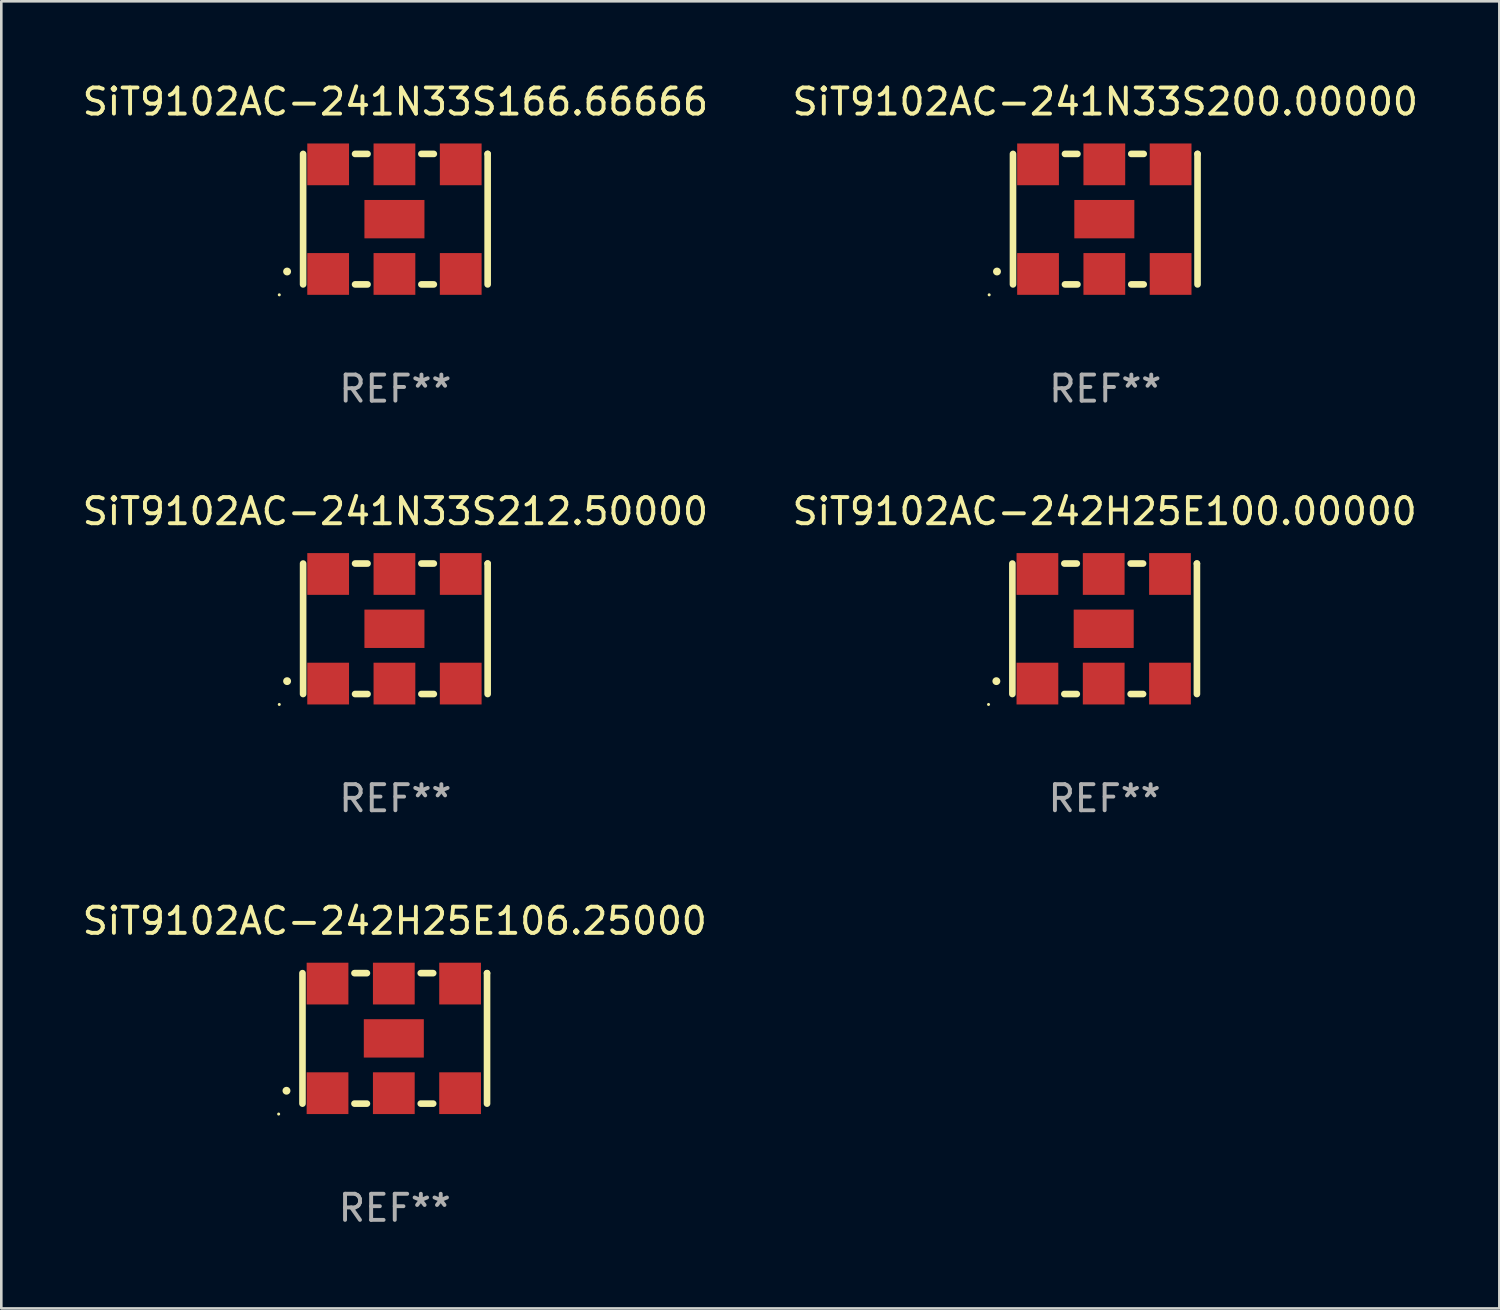
<source format=kicad_pcb>
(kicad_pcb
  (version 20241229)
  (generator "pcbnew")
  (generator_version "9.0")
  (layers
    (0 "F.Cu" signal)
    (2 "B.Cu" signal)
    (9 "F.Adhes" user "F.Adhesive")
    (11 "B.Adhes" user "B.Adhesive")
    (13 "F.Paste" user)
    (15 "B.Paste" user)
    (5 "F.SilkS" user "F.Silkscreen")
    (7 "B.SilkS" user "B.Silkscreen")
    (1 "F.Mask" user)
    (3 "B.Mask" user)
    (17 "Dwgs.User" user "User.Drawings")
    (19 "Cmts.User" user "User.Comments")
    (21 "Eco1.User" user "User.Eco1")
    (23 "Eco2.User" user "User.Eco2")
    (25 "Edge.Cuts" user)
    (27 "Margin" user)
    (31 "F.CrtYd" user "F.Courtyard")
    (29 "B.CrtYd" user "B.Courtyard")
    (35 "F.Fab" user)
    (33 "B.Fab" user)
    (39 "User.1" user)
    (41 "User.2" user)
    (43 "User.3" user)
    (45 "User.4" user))
  (footprint "SiT9102AC-242H25E106.25000"
    (layer "F.Cu")
    (at 12.077 36.741)
    (property "Reference" "SiT9102AC-242H25E106.25000" (at 0 -4.5 0) (layer "F.SilkS") (effects (font (size 1 1) (thickness 0.15))))
    (attr through_hole)
    (fp_line (start -3.536 -2.5) (end -3.536 2.5) (stroke (width 0.254) (type solid)) (layer "F.SilkS"))
    (fp_line (start -1.544 2.5) (end -1.067 2.5) (stroke (width 0.254) (type solid)) (layer "F.SilkS"))
    (fp_line (start -1.067 -2.5) (end -1.544 -2.5) (stroke (width 0.254) (type solid)) (layer "F.SilkS"))
    (fp_line (start 0.996 2.5) (end 1.473 2.5) (stroke (width 0.254) (type solid)) (layer "F.SilkS"))
    (fp_line (start 1.473 -2.5) (end 0.996 -2.5) (stroke (width 0.254) (type solid)) (layer "F.SilkS"))
    (fp_line (start 3.536 -2.5) (end 3.536 -2.5) (stroke (width 0.254) (type solid)) (layer "F.SilkS"))
    (fp_line (start 3.536 2.5) (end 3.536 -2.5) (stroke (width 0.254) (type solid)) (layer "F.SilkS"))
    (fp_arc (start -4.150432 2.006604) (mid -4.149162 2.006599) (end -4.147892 2.006604) (stroke (width 0.3) (type solid)) (layer "F.SilkS"))
    (fp_circle (center -4.449 2.9) (end -4.419 2.9) (stroke (width 0.06) (type solid)) (fill no) (layer "F.SilkS"))
    (fp_text user "REF**" (at 0 6.5 0) (layer "F.Fab") (effects (font (size 1 1) (thickness 0.15))))
    (pad "1" smd rect (at -2.576 2.1) (size 1.6 1.6) (layers "F.Cu" "F.Mask" "F.Paste"))
    (pad "2" smd rect (at -0.036 2.1) (size 1.6 1.6) (layers "F.Cu" "F.Mask" "F.Paste"))
    (pad "3" smd rect (at 2.504 2.1) (size 1.6 1.6) (layers "F.Cu" "F.Mask" "F.Paste"))
    (pad "4" smd rect (at 2.504 -2.1) (size 1.6 1.6) (layers "F.Cu" "F.Mask" "F.Paste"))
    (pad "5" smd rect (at -0.036 -2.1) (size 1.6 1.6) (layers "F.Cu" "F.Mask" "F.Paste"))
    (pad "6" smd rect (at -2.576 -2.1) (size 1.6 1.6) (layers "F.Cu" "F.Mask" "F.Paste"))
    (pad "7" smd rect (at -0.036 0) (size 2.3 1.47) (layers "F.Cu" "F.Mask" "F.Paste")))
  (footprint "SiT9102AC-241N33S212.50000"
    (layer "F.Cu")
    (at 12.101 21.045)
    (property "Reference" "SiT9102AC-241N33S212.50000" (at 0 -4.5 0) (layer "F.SilkS") (effects (font (size 1 1) (thickness 0.15))))
    (attr through_hole)
    (fp_line (start -3.536 -2.5) (end -3.536 2.5) (stroke (width 0.254) (type solid)) (layer "F.SilkS"))
    (fp_line (start -1.544 2.5) (end -1.067 2.5) (stroke (width 0.254) (type solid)) (layer "F.SilkS"))
    (fp_line (start -1.067 -2.5) (end -1.544 -2.5) (stroke (width 0.254) (type solid)) (layer "F.SilkS"))
    (fp_line (start 0.996 2.5) (end 1.473 2.5) (stroke (width 0.254) (type solid)) (layer "F.SilkS"))
    (fp_line (start 1.473 -2.5) (end 0.996 -2.5) (stroke (width 0.254) (type solid)) (layer "F.SilkS"))
    (fp_line (start 3.536 -2.5) (end 3.536 -2.5) (stroke (width 0.254) (type solid)) (layer "F.SilkS"))
    (fp_line (start 3.536 2.5) (end 3.536 -2.5) (stroke (width 0.254) (type solid)) (layer "F.SilkS"))
    (fp_arc (start -4.150432 2.006604) (mid -4.149162 2.006599) (end -4.147892 2.006604) (stroke (width 0.3) (type solid)) (layer "F.SilkS"))
    (fp_circle (center -4.449 2.9) (end -4.419 2.9) (stroke (width 0.06) (type solid)) (fill no) (layer "F.SilkS"))
    (fp_text user "REF**" (at 0 6.5 0) (layer "F.Fab") (effects (font (size 1 1) (thickness 0.15))))
    (pad "1" smd rect (at -2.576 2.1) (size 1.6 1.6) (layers "F.Cu" "F.Mask" "F.Paste"))
    (pad "2" smd rect (at -0.036 2.1) (size 1.6 1.6) (layers "F.Cu" "F.Mask" "F.Paste"))
    (pad "3" smd rect (at 2.504 2.1) (size 1.6 1.6) (layers "F.Cu" "F.Mask" "F.Paste"))
    (pad "4" smd rect (at 2.504 -2.1) (size 1.6 1.6) (layers "F.Cu" "F.Mask" "F.Paste"))
    (pad "5" smd rect (at -0.036 -2.1) (size 1.6 1.6) (layers "F.Cu" "F.Mask" "F.Paste"))
    (pad "6" smd rect (at -2.576 -2.1) (size 1.6 1.6) (layers "F.Cu" "F.Mask" "F.Paste"))
    (pad "7" smd rect (at -0.036 0) (size 2.3 1.47) (layers "F.Cu" "F.Mask" "F.Paste")))
  (footprint "SiT9102AC-241N33S166.66666"
    (layer "F.Cu")
    (at 12.101 5.348)
    (property "Reference" "SiT9102AC-241N33S166.66666" (at 0 -4.5 0) (layer "F.SilkS") (effects (font (size 1 1) (thickness 0.15))))
    (attr through_hole)
    (fp_line (start -3.536 -2.5) (end -3.536 2.5) (stroke (width 0.254) (type solid)) (layer "F.SilkS"))
    (fp_line (start -1.544 2.5) (end -1.067 2.5) (stroke (width 0.254) (type solid)) (layer "F.SilkS"))
    (fp_line (start -1.067 -2.5) (end -1.544 -2.5) (stroke (width 0.254) (type solid)) (layer "F.SilkS"))
    (fp_line (start 0.996 2.5) (end 1.473 2.5) (stroke (width 0.254) (type solid)) (layer "F.SilkS"))
    (fp_line (start 1.473 -2.5) (end 0.996 -2.5) (stroke (width 0.254) (type solid)) (layer "F.SilkS"))
    (fp_line (start 3.536 -2.5) (end 3.536 -2.5) (stroke (width 0.254) (type solid)) (layer "F.SilkS"))
    (fp_line (start 3.536 2.5) (end 3.536 -2.5) (stroke (width 0.254) (type solid)) (layer "F.SilkS"))
    (fp_arc (start -4.150432 2.006604) (mid -4.149162 2.006599) (end -4.147892 2.006604) (stroke (width 0.3) (type solid)) (layer "F.SilkS"))
    (fp_circle (center -4.449 2.9) (end -4.419 2.9) (stroke (width 0.06) (type solid)) (fill no) (layer "F.SilkS"))
    (fp_text user "REF**" (at 0 6.5 0) (layer "F.Fab") (effects (font (size 1 1) (thickness 0.15))))
    (pad "1" smd rect (at -2.576 2.1) (size 1.6 1.6) (layers "F.Cu" "F.Mask" "F.Paste"))
    (pad "2" smd rect (at -0.036 2.1) (size 1.6 1.6) (layers "F.Cu" "F.Mask" "F.Paste"))
    (pad "3" smd rect (at 2.504 2.1) (size 1.6 1.6) (layers "F.Cu" "F.Mask" "F.Paste"))
    (pad "4" smd rect (at 2.504 -2.1) (size 1.6 1.6) (layers "F.Cu" "F.Mask" "F.Paste"))
    (pad "5" smd rect (at -0.036 -2.1) (size 1.6 1.6) (layers "F.Cu" "F.Mask" "F.Paste"))
    (pad "6" smd rect (at -2.576 -2.1) (size 1.6 1.6) (layers "F.Cu" "F.Mask" "F.Paste"))
    (pad "7" smd rect (at -0.036 0) (size 2.3 1.47) (layers "F.Cu" "F.Mask" "F.Paste")))
  (footprint "SiT9102AC-241N33S200.00000"
    (layer "F.Cu")
    (at 39.304 5.348)
    (property "Reference" "SiT9102AC-241N33S200.00000" (at 0 -4.5 0) (layer "F.SilkS") (effects (font (size 1 1) (thickness 0.15))))
    (attr through_hole)
    (fp_line (start -3.536 -2.5) (end -3.536 2.5) (stroke (width 0.254) (type solid)) (layer "F.SilkS"))
    (fp_line (start -1.544 2.5) (end -1.067 2.5) (stroke (width 0.254) (type solid)) (layer "F.SilkS"))
    (fp_line (start -1.067 -2.5) (end -1.544 -2.5) (stroke (width 0.254) (type solid)) (layer "F.SilkS"))
    (fp_line (start 0.996 2.5) (end 1.473 2.5) (stroke (width 0.254) (type solid)) (layer "F.SilkS"))
    (fp_line (start 1.473 -2.5) (end 0.996 -2.5) (stroke (width 0.254) (type solid)) (layer "F.SilkS"))
    (fp_line (start 3.536 -2.5) (end 3.536 -2.5) (stroke (width 0.254) (type solid)) (layer "F.SilkS"))
    (fp_line (start 3.536 2.5) (end 3.536 -2.5) (stroke (width 0.254) (type solid)) (layer "F.SilkS"))
    (fp_arc (start -4.150432 2.006604) (mid -4.149162 2.006599) (end -4.147892 2.006604) (stroke (width 0.3) (type solid)) (layer "F.SilkS"))
    (fp_circle (center -4.449 2.9) (end -4.419 2.9) (stroke (width 0.06) (type solid)) (fill no) (layer "F.SilkS"))
    (fp_text user "REF**" (at 0 6.5 0) (layer "F.Fab") (effects (font (size 1 1) (thickness 0.15))))
    (pad "1" smd rect (at -2.576 2.1) (size 1.6 1.6) (layers "F.Cu" "F.Mask" "F.Paste"))
    (pad "2" smd rect (at -0.036 2.1) (size 1.6 1.6) (layers "F.Cu" "F.Mask" "F.Paste"))
    (pad "3" smd rect (at 2.504 2.1) (size 1.6 1.6) (layers "F.Cu" "F.Mask" "F.Paste"))
    (pad "4" smd rect (at 2.504 -2.1) (size 1.6 1.6) (layers "F.Cu" "F.Mask" "F.Paste"))
    (pad "5" smd rect (at -0.036 -2.1) (size 1.6 1.6) (layers "F.Cu" "F.Mask" "F.Paste"))
    (pad "6" smd rect (at -2.576 -2.1) (size 1.6 1.6) (layers "F.Cu" "F.Mask" "F.Paste"))
    (pad "7" smd rect (at -0.036 0) (size 2.3 1.47) (layers "F.Cu" "F.Mask" "F.Paste")))
  (footprint "SiT9102AC-242H25E100.00000"
    (layer "F.Cu")
    (at 39.28 21.045)
    (property "Reference" "SiT9102AC-242H25E100.00000" (at 0 -4.5 0) (layer "F.SilkS") (effects (font (size 1 1) (thickness 0.15))))
    (attr through_hole)
    (fp_line (start -3.536 -2.5) (end -3.536 2.5) (stroke (width 0.254) (type solid)) (layer "F.SilkS"))
    (fp_line (start -1.544 2.5) (end -1.067 2.5) (stroke (width 0.254) (type solid)) (layer "F.SilkS"))
    (fp_line (start -1.067 -2.5) (end -1.544 -2.5) (stroke (width 0.254) (type solid)) (layer "F.SilkS"))
    (fp_line (start 0.996 2.5) (end 1.473 2.5) (stroke (width 0.254) (type solid)) (layer "F.SilkS"))
    (fp_line (start 1.473 -2.5) (end 0.996 -2.5) (stroke (width 0.254) (type solid)) (layer "F.SilkS"))
    (fp_line (start 3.536 -2.5) (end 3.536 -2.5) (stroke (width 0.254) (type solid)) (layer "F.SilkS"))
    (fp_line (start 3.536 2.5) (end 3.536 -2.5) (stroke (width 0.254) (type solid)) (layer "F.SilkS"))
    (fp_arc (start -4.150432 2.006604) (mid -4.149162 2.006599) (end -4.147892 2.006604) (stroke (width 0.3) (type solid)) (layer "F.SilkS"))
    (fp_circle (center -4.449 2.9) (end -4.419 2.9) (stroke (width 0.06) (type solid)) (fill no) (layer "F.SilkS"))
    (fp_text user "REF**" (at 0 6.5 0) (layer "F.Fab") (effects (font (size 1 1) (thickness 0.15))))
    (pad "1" smd rect (at -2.576 2.1) (size 1.6 1.6) (layers "F.Cu" "F.Mask" "F.Paste"))
    (pad "2" smd rect (at -0.036 2.1) (size 1.6 1.6) (layers "F.Cu" "F.Mask" "F.Paste"))
    (pad "3" smd rect (at 2.504 2.1) (size 1.6 1.6) (layers "F.Cu" "F.Mask" "F.Paste"))
    (pad "4" smd rect (at 2.504 -2.1) (size 1.6 1.6) (layers "F.Cu" "F.Mask" "F.Paste"))
    (pad "5" smd rect (at -0.036 -2.1) (size 1.6 1.6) (layers "F.Cu" "F.Mask" "F.Paste"))
    (pad "6" smd rect (at -2.576 -2.1) (size 1.6 1.6) (layers "F.Cu" "F.Mask" "F.Paste"))
    (pad "7" smd rect (at -0.036 0) (size 2.3 1.47) (layers "F.Cu" "F.Mask" "F.Paste")))
  (gr_rect
    (start -3 -3)
    (end 54.405 47.09)
    (stroke (width 0.1) (type default))
    (fill no)
    (layer "Edge.Cuts")))
</source>
